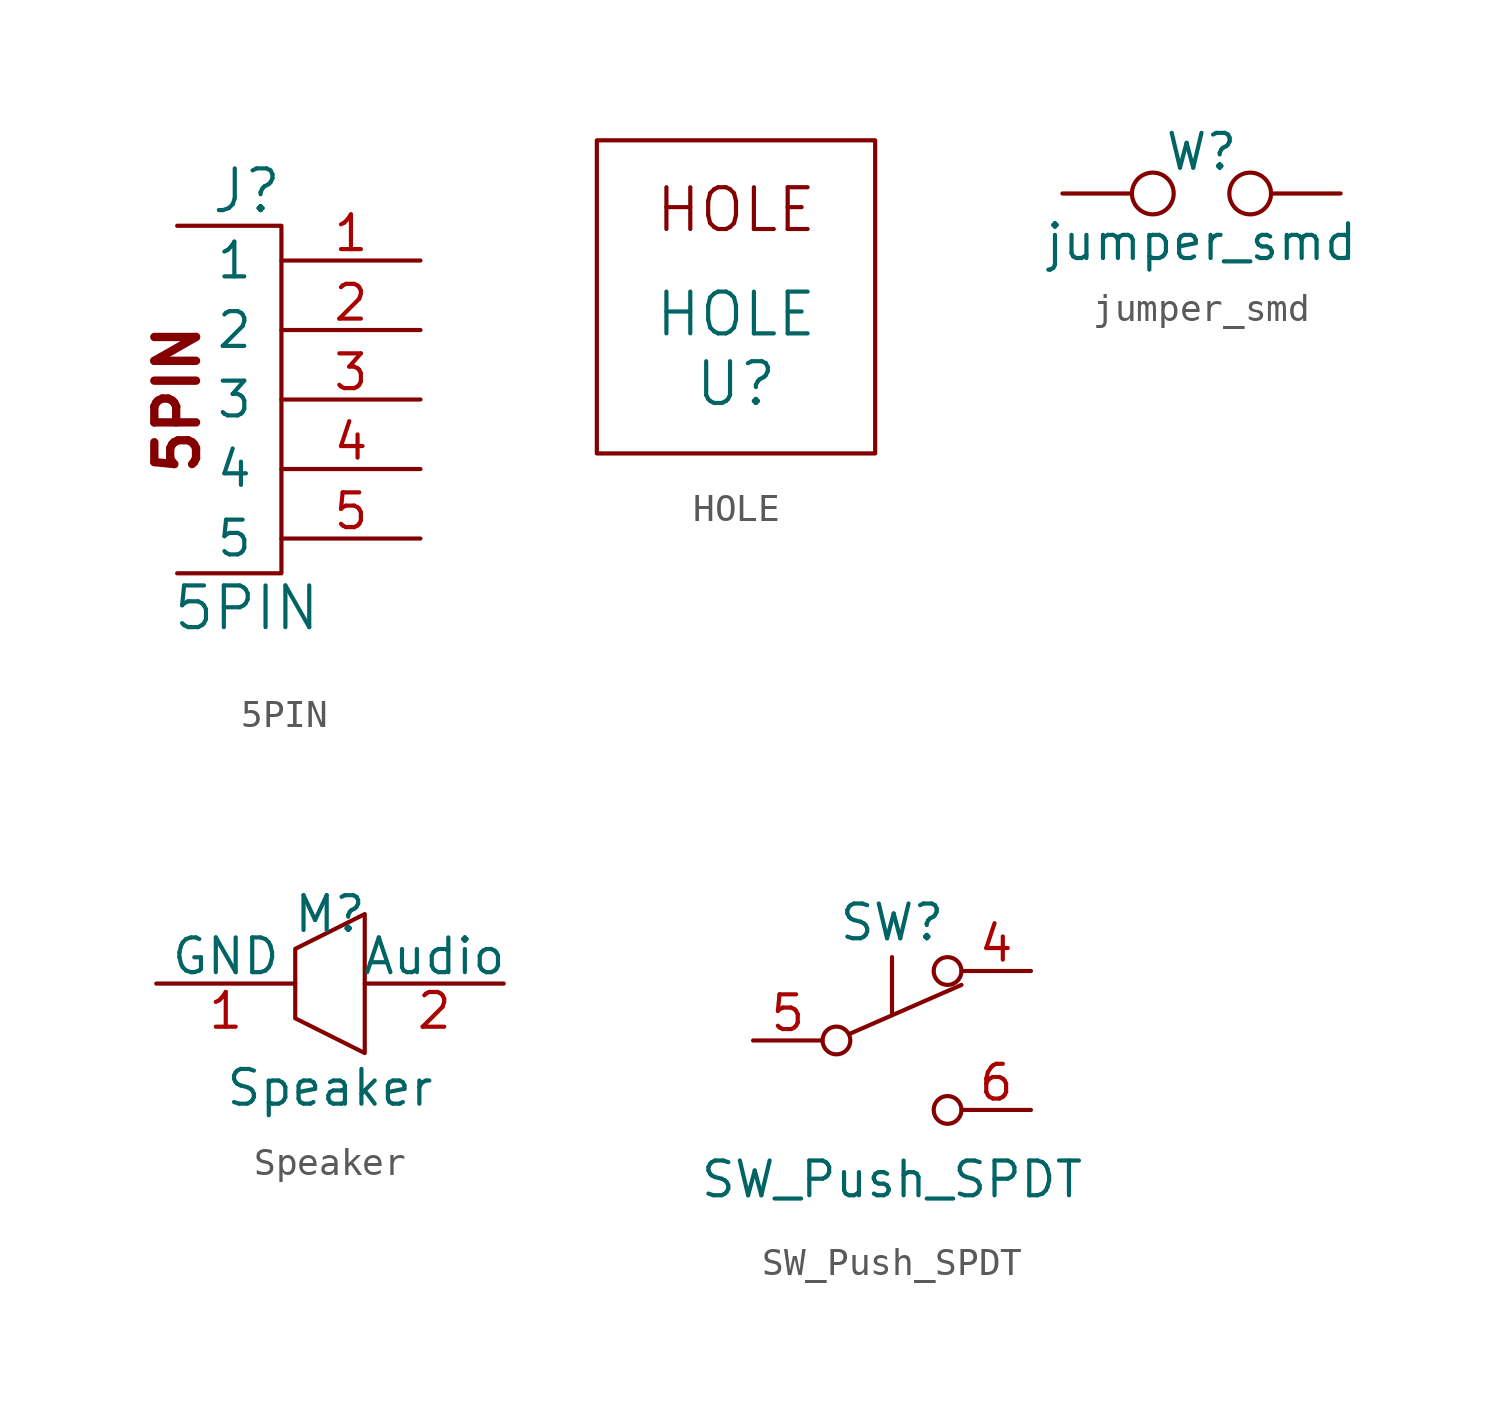
<source format=kicad_sym>
(kicad_symbol_lib
  (version 20201005)
  (generator kicad_symbol_editor)
  (symbol "ergodash:5PIN"
    (pin_names
      (offset 1.016))
    (property "Reference" "J"
      (at -1.27 7.62 0)
      (effects (font (size 1.524 1.524))))
    (property "Value" "5PIN"
      (at -1.27 -7.62 0)
      (effects (font (size 1.524 1.524))))
    (property "Footprint" ""
      (at 0 -1.27 0)
      (effects (font (size 1.524 1.524))))
    (property "Datasheet" ""
      (at 0 -1.27 0)
      (effects (font (size 1.524 1.524))))
    (symbol "5PIN_0_0"
      (text "5PIN" (at -3.81 0 900) (effects (font (size 1.524 1.524) bold)))
      (polyline (pts (xy -3.81 6.35) (xy 0 6.35) (xy 0 -6.35) (xy -3.81 -6.35)) (stroke (width 0)) (fill (type none))))
    (symbol "5PIN_1_1"
      (pin power_in line (at 5.08 5.08 180) (length 5.08) (name "1" (effects (font (size 1.27 1.27)))) (number "1" (effects (font (size 1.27 1.27)))))
      (pin bidirectional line (at 5.08 2.54 180) (length 5.08) (name "2" (effects (font (size 1.27 1.27)))) (number "2" (effects (font (size 1.27 1.27)))))
      (pin bidirectional line (at 5.08 0 180) (length 5.08) (name "3" (effects (font (size 1.27 1.27)))) (number "3" (effects (font (size 1.27 1.27)))))
      (pin power_in line (at 5.08 -2.54 180) (length 5.08) (name "4" (effects (font (size 1.27 1.27)))) (number "4" (effects (font (size 1.27 1.27)))))
      (pin power_in line (at 5.08 -5.08 180) (length 5.08) (name "5" (effects (font (size 1.27 1.27)))) (number "5" (effects (font (size 1.27 1.27)))))))
  (symbol "ergodash:HOLE"
    (pin_names
      (offset 1.016))
    (property "Reference" "U"
      (at 0 0 0)
      (effects (font (size 1.524 1.524))))
    (property "Value" "HOLE"
      (at 0 2.54 0)
      (effects (font (size 1.524 1.524))))
    (property "Footprint" ""
      (at 0 0 0)
      (effects (font (size 1.524 1.524))))
    (property "Datasheet" ""
      (at 0 0 0)
      (effects (font (size 1.524 1.524))))
    (symbol "HOLE_0_0"
      (text "HOLE" (at 0 6.35 0) (effects (font (size 1.524 1.524)))))
    (symbol "HOLE_0_1"
      (rectangle (start -5.08 8.89) (end 5.08 -2.54) (stroke (width 0)) (fill (type none)))))
  (symbol "ergodash:jumper_smd"
    (pin_numbers hide)
    (pin_names
      (offset 0.762) hide)
    (property "Reference" "W"
      (at 0 1.524 0)
      (effects (font (size 1.27 1.27))))
    (property "Value" "jumper_smd"
      (at 0 -1.778 0)
      (effects (font (size 1.27 1.27))))
    (property "Footprint" ""
      (at 0 0 0)
      (effects (font (size 1.27 1.27))))
    (property "Datasheet" ""
      (at 0 0 0)
      (effects (font (size 1.27 1.27))))
    (symbol "jumper_smd_0_1"
      (circle (center -1.778 0) (radius 0.762) (stroke (width 0)) (fill (type none)))
      (circle (center 1.778 0) (radius 0.762) (stroke (width 0)) (fill (type none)))
      (pin passive line (at -5.08 0 0) (length 2.54) (name "1" (effects (font (size 1.27 1.27)))) (number "1" (effects (font (size 1.27 1.27)))))
      (pin passive line (at 5.08 0 180) (length 2.54) (name "2" (effects (font (size 1.27 1.27)))) (number "2" (effects (font (size 1.27 1.27)))))))
  (symbol "ergodash:Speaker"
    (pin_names
      (offset 0))
    (property "Reference" "M"
      (at 0 2.54 0)
      (effects (font (size 1.27 1.27))))
    (property "Value" "Speaker"
      (at 0 -3.81 0)
      (effects (font (size 1.27 1.27))))
    (symbol "Speaker_0_1"
      (polyline (pts (xy -1.27 1.27) (xy -1.27 -1.27) (xy 1.27 -2.54) (xy 1.27 2.54) (xy -1.27 1.27)) (stroke (width 0)) (fill (type none))))
    (symbol "Speaker_1_1"
      (pin input line (at -6.35 0 0) (length 5.08) (name "GND" (effects (font (size 1.27 1.27)))) (number "1" (effects (font (size 1.27 1.27)))))
      (pin input line (at 6.35 0 180) (length 5.08) (name "Audio" (effects (font (size 1.27 1.27)))) (number "2" (effects (font (size 1.27 1.27)))))))
  (symbol "ergodash:SW_Push_SPDT"
    (pin_names
      (offset 0) hide)
    (property "Reference" "SW"
      (at 0 4.318 0)
      (effects (font (size 1.27 1.27))))
    (property "Value" "SW_Push_SPDT"
      (at 0 -5.08 0)
      (effects (font (size 1.27 1.27))))
    (symbol "SW_Push_SPDT_0_0"
      (circle (center -2.032 0) (radius 0.508) (stroke (width 0)) (fill (type none)))
      (circle (center 2.032 -2.54) (radius 0.508) (stroke (width 0)) (fill (type none)))
      (polyline (pts (xy 0 1.016) (xy 0 3.048)) (stroke (width 0)) (fill (type none))))
    (symbol "SW_Push_SPDT_0_1"
      (circle (center 2.032 2.54) (radius 0.508) (stroke (width 0)) (fill (type none)))
      (polyline (pts (xy -1.524 0.254) (xy 2.54 2.032)) (stroke (width 0)) (fill (type none))))
    (symbol "SW_Push_SPDT_1_1"
      (pin passive line (at 5.08 2.54 180) (length 2.54) (name "A" (effects (font (size 1.27 1.27)))) (number "4" (effects (font (size 1.27 1.27)))))
      (pin passive line (at -5.08 0 0) (length 2.54) (name "B" (effects (font (size 1.27 1.27)))) (number "5" (effects (font (size 1.27 1.27)))))
      (pin passive line (at 5.08 -2.54 180) (length 2.54) (name "C" (effects (font (size 1.27 1.27)))) (number "6" (effects (font (size 1.27 1.27))))))))
</source>
